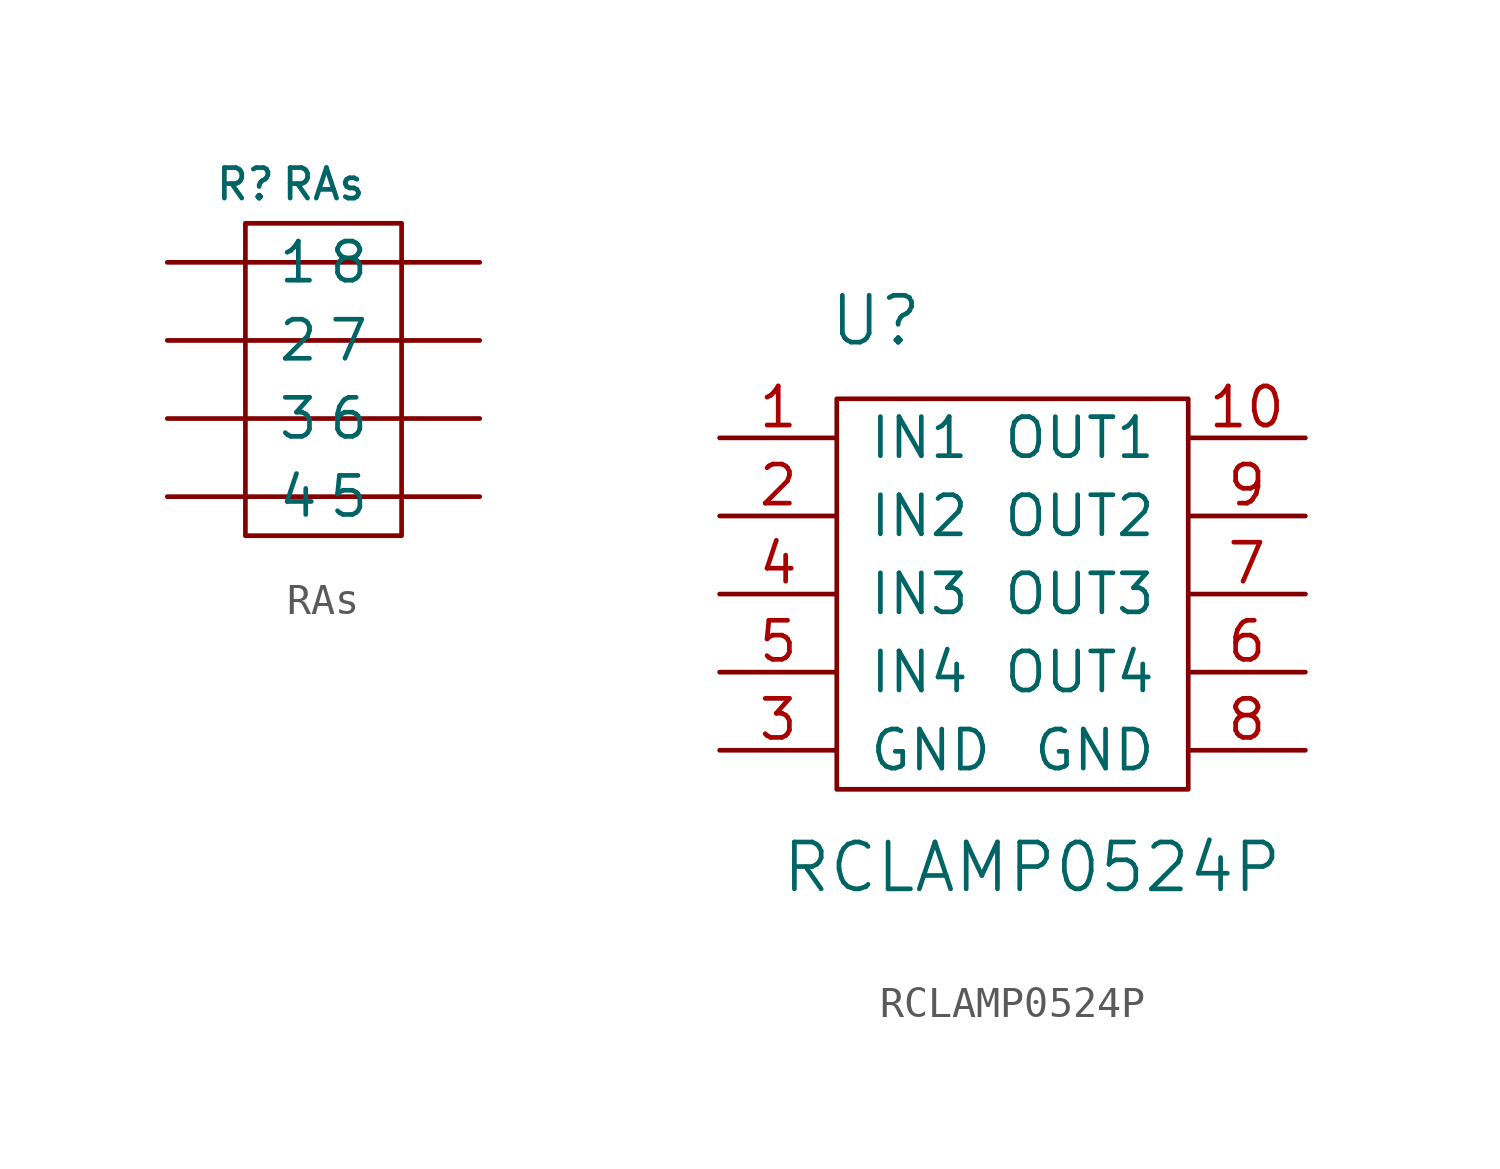
<source format=kicad_sym>
(kicad_symbol_lib
  (version 20210619)
  (generator kicad_symbol_editor)
  (symbol "tinkerforge:RAs"
    (pin_names
      (offset 1.016))
    (property "Reference" "R"
      (at -2.54 6.35 0)
      (effects (font (size 0.991 0.991))))
    (property "Value" "RAs"
      (at 0 6.35 0)
      (effects (font (size 0.991 0.991))))
    (symbol "RAs_0_1"
      (rectangle (start -2.54 -5.08) (end 2.54 5.08) (stroke (width 0)) (fill (type none)))
      (polyline (pts (xy -2.54 -3.81) (xy 2.54 -3.81)) (stroke (width 0)) (fill (type none)))
      (polyline (pts (xy -2.54 -1.27) (xy 2.54 -1.27)) (stroke (width 0)) (fill (type none)))
      (polyline (pts (xy -2.54 3.81) (xy 2.54 3.81)) (stroke (width 0)) (fill (type none)))
      (polyline (pts (xy 2.54 1.27) (xy -2.54 1.27)) (stroke (width 0)) (fill (type none))))
    (symbol "RAs_1_1"
      (pin input line (at -5.08 3.81 0) (length 2.54) (name "1" (effects (font (size 1.27 1.27)))) (number "~" (effects (font (size 1.27 1.27)))))
      (pin input line (at -5.08 1.27 0) (length 2.54) (name "2" (effects (font (size 1.27 1.27)))) (number "~" (effects (font (size 1.27 1.27)))))
      (pin input line (at -5.08 -1.27 0) (length 2.54) (name "3" (effects (font (size 1.27 1.27)))) (number "~" (effects (font (size 1.27 1.27)))))
      (pin input line (at -5.08 -3.81 0) (length 2.54) (name "4" (effects (font (size 1.27 1.27)))) (number "~" (effects (font (size 1.27 1.27)))))
      (pin input line (at 5.08 -3.81 180) (length 2.54) (name "5" (effects (font (size 1.27 1.27)))) (number "~" (effects (font (size 1.27 1.27)))))
      (pin input line (at 5.08 -1.27 180) (length 2.54) (name "6" (effects (font (size 1.27 1.27)))) (number "~" (effects (font (size 1.27 1.27)))))
      (pin input line (at 5.08 1.27 180) (length 2.54) (name "7" (effects (font (size 1.27 1.27)))) (number "~" (effects (font (size 1.27 1.27)))))
      (pin input line (at 5.08 3.81 180) (length 2.54) (name "8" (effects (font (size 1.27 1.27)))) (number "~" (effects (font (size 1.27 1.27)))))))
  (symbol "tinkerforge:RCLAMP0524P"
    (pin_names
      (offset 1.016))
    (property "Reference" "U"
      (at -5.08 8.89 0)
      (effects (font (size 1.524 1.524))))
    (property "Value" "RCLAMP0524P"
      (at 0 -8.89 0)
      (effects (font (size 1.524 1.524))))
    (property "Footprint" ""
      (at -6.35 12.7 0)
      (effects (font (size 1.524 1.524))))
    (property "Datasheet" ""
      (at -6.35 12.7 0)
      (effects (font (size 1.524 1.524))))
    (symbol "RCLAMP0524P_0_1"
      (rectangle (start -6.35 6.35) (end 5.08 -6.35) (stroke (width 0)) (fill (type none))))
    (symbol "RCLAMP0524P_1_1"
      (pin input line (at -10.16 5.08 0) (length 3.81) (name "IN1" (effects (font (size 1.27 1.27)))) (number "1" (effects (font (size 1.27 1.27)))))
      (pin output line (at 8.89 5.08 180) (length 3.81) (name "OUT1" (effects (font (size 1.27 1.27)))) (number "10" (effects (font (size 1.27 1.27)))))
      (pin input line (at -10.16 2.54 0) (length 3.81) (name "IN2" (effects (font (size 1.27 1.27)))) (number "2" (effects (font (size 1.27 1.27)))))
      (pin passive line (at -10.16 -5.08 0) (length 3.81) (name "GND" (effects (font (size 1.27 1.27)))) (number "3" (effects (font (size 1.27 1.27)))))
      (pin input line (at -10.16 0 0) (length 3.81) (name "IN3" (effects (font (size 1.27 1.27)))) (number "4" (effects (font (size 1.27 1.27)))))
      (pin input line (at -10.16 -2.54 0) (length 3.81) (name "IN4" (effects (font (size 1.27 1.27)))) (number "5" (effects (font (size 1.27 1.27)))))
      (pin output line (at 8.89 -2.54 180) (length 3.81) (name "OUT4" (effects (font (size 1.27 1.27)))) (number "6" (effects (font (size 1.27 1.27)))))
      (pin output line (at 8.89 0 180) (length 3.81) (name "OUT3" (effects (font (size 1.27 1.27)))) (number "7" (effects (font (size 1.27 1.27)))))
      (pin passive line (at 8.89 -5.08 180) (length 3.81) (name "GND" (effects (font (size 1.27 1.27)))) (number "8" (effects (font (size 1.27 1.27)))))
      (pin output line (at 8.89 2.54 180) (length 3.81) (name "OUT2" (effects (font (size 1.27 1.27)))) (number "9" (effects (font (size 1.27 1.27))))))))
</source>
